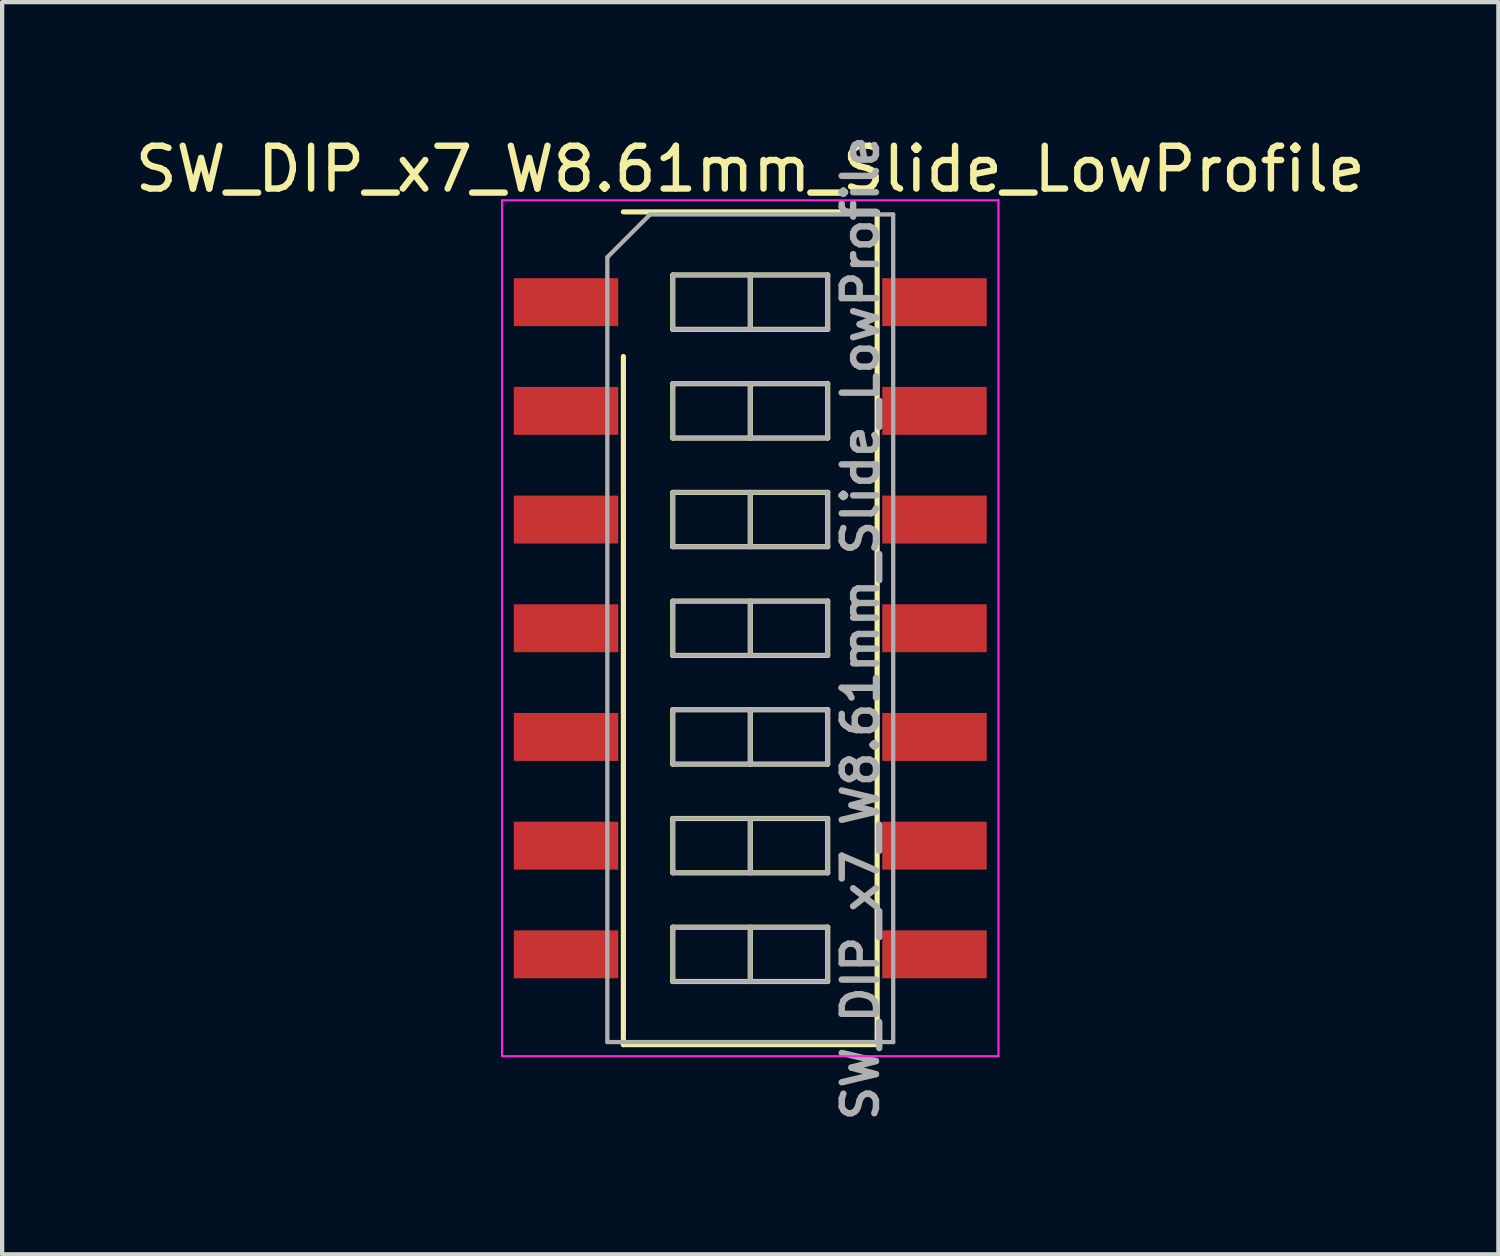
<source format=kicad_pcb>
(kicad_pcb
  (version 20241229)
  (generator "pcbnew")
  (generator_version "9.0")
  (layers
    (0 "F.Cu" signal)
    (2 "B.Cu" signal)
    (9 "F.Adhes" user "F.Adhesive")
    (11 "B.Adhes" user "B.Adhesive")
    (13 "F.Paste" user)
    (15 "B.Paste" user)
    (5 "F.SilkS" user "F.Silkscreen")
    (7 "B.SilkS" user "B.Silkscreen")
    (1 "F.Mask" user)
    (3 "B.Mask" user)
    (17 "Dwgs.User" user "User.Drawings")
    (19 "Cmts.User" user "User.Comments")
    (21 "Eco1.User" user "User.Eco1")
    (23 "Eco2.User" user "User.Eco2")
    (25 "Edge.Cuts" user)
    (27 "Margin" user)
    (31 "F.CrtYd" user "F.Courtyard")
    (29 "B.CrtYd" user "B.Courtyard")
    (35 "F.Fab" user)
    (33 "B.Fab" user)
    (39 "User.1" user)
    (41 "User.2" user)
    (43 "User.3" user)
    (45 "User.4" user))
  (footprint "SW_DIP_x7_W8.61mm_Slide_LowProfile"
    (layer "F.Cu")
    (at 14.482 11.631)
    (property "Reference" "SW_DIP_x7_W8.61mm_Slide_LowProfile" (at 0 -10.73 0) (layer "F.SilkS") (effects (font (size 1 1) (thickness 0.15))))
    (attr smd)
    (fp_line (start -2.965 -9.73) (end 2.965 -9.73) (stroke (width 0.12) (type solid)) (layer "F.SilkS"))
    (fp_line (start -2.965 9.73) (end -2.965 -6.35) (stroke (width 0.12) (type solid)) (layer "F.SilkS"))
    (fp_line (start -1.81 -8.255) (end -1.81 -6.985) (stroke (width 0.12) (type solid)) (layer "F.SilkS"))
    (fp_line (start -1.81 -6.985) (end 1.81 -6.985) (stroke (width 0.12) (type solid)) (layer "F.SilkS"))
    (fp_line (start -1.81 -5.715) (end -1.81 -4.445) (stroke (width 0.12) (type solid)) (layer "F.SilkS"))
    (fp_line (start -1.81 -4.445) (end 1.81 -4.445) (stroke (width 0.12) (type solid)) (layer "F.SilkS"))
    (fp_line (start -1.81 -3.175) (end -1.81 -1.905) (stroke (width 0.12) (type solid)) (layer "F.SilkS"))
    (fp_line (start -1.81 -1.905) (end 1.81 -1.905) (stroke (width 0.12) (type solid)) (layer "F.SilkS"))
    (fp_line (start -1.81 -0.635) (end -1.81 0.635) (stroke (width 0.12) (type solid)) (layer "F.SilkS"))
    (fp_line (start -1.81 0.635) (end 1.81 0.635) (stroke (width 0.12) (type solid)) (layer "F.SilkS"))
    (fp_line (start -1.81 1.905) (end -1.81 3.175) (stroke (width 0.12) (type solid)) (layer "F.SilkS"))
    (fp_line (start -1.81 3.175) (end 1.81 3.175) (stroke (width 0.12) (type solid)) (layer "F.SilkS"))
    (fp_line (start -1.81 4.445) (end -1.81 5.715) (stroke (width 0.12) (type solid)) (layer "F.SilkS"))
    (fp_line (start -1.81 5.715) (end 1.81 5.715) (stroke (width 0.12) (type solid)) (layer "F.SilkS"))
    (fp_line (start -1.81 6.985) (end -1.81 8.255) (stroke (width 0.12) (type solid)) (layer "F.SilkS"))
    (fp_line (start -1.81 8.255) (end 1.81 8.255) (stroke (width 0.12) (type solid)) (layer "F.SilkS"))
    (fp_line (start 0 -8.255) (end 0 -6.985) (stroke (width 0.12) (type solid)) (layer "F.SilkS"))
    (fp_line (start 0 -5.715) (end 0 -4.445) (stroke (width 0.12) (type solid)) (layer "F.SilkS"))
    (fp_line (start 0 -3.175) (end 0 -1.905) (stroke (width 0.12) (type solid)) (layer "F.SilkS"))
    (fp_line (start 0 -0.635) (end 0 0.635) (stroke (width 0.12) (type solid)) (layer "F.SilkS"))
    (fp_line (start 0 1.905) (end 0 3.175) (stroke (width 0.12) (type solid)) (layer "F.SilkS"))
    (fp_line (start 0 4.445) (end 0 5.715) (stroke (width 0.12) (type solid)) (layer "F.SilkS"))
    (fp_line (start 0 6.985) (end 0 8.255) (stroke (width 0.12) (type solid)) (layer "F.SilkS"))
    (fp_line (start 1.81 -8.255) (end -1.81 -8.255) (stroke (width 0.12) (type solid)) (layer "F.SilkS"))
    (fp_line (start 1.81 -6.985) (end 1.81 -8.255) (stroke (width 0.12) (type solid)) (layer "F.SilkS"))
    (fp_line (start 1.81 -5.715) (end -1.81 -5.715) (stroke (width 0.12) (type solid)) (layer "F.SilkS"))
    (fp_line (start 1.81 -4.445) (end 1.81 -5.715) (stroke (width 0.12) (type solid)) (layer "F.SilkS"))
    (fp_line (start 1.81 -3.175) (end -1.81 -3.175) (stroke (width 0.12) (type solid)) (layer "F.SilkS"))
    (fp_line (start 1.81 -1.905) (end 1.81 -3.175) (stroke (width 0.12) (type solid)) (layer "F.SilkS"))
    (fp_line (start 1.81 -0.635) (end -1.81 -0.635) (stroke (width 0.12) (type solid)) (layer "F.SilkS"))
    (fp_line (start 1.81 0.635) (end 1.81 -0.635) (stroke (width 0.12) (type solid)) (layer "F.SilkS"))
    (fp_line (start 1.81 1.905) (end -1.81 1.905) (stroke (width 0.12) (type solid)) (layer "F.SilkS"))
    (fp_line (start 1.81 3.175) (end 1.81 1.905) (stroke (width 0.12) (type solid)) (layer "F.SilkS"))
    (fp_line (start 1.81 4.445) (end -1.81 4.445) (stroke (width 0.12) (type solid)) (layer "F.SilkS"))
    (fp_line (start 1.81 5.715) (end 1.81 4.445) (stroke (width 0.12) (type solid)) (layer "F.SilkS"))
    (fp_line (start 1.81 6.985) (end -1.81 6.985) (stroke (width 0.12) (type solid)) (layer "F.SilkS"))
    (fp_line (start 1.81 8.255) (end 1.81 6.985) (stroke (width 0.12) (type solid)) (layer "F.SilkS"))
    (fp_line (start 2.965 -9.73) (end 2.965 9.73) (stroke (width 0.12) (type solid)) (layer "F.SilkS"))
    (fp_line (start 2.965 9.73) (end -2.965 9.73) (stroke (width 0.12) (type solid)) (layer "F.SilkS"))
    (fp_line (start -5.8 -10) (end -5.8 10) (stroke (width 0.05) (type solid)) (layer "F.CrtYd"))
    (fp_line (start -5.8 10) (end 5.8 10) (stroke (width 0.05) (type solid)) (layer "F.CrtYd"))
    (fp_line (start 5.8 -10) (end -5.8 -10) (stroke (width 0.05) (type solid)) (layer "F.CrtYd"))
    (fp_line (start 5.8 10) (end 5.8 -10) (stroke (width 0.05) (type solid)) (layer "F.CrtYd"))
    (fp_line (start -3.34 -8.67) (end -2.34 -9.67) (stroke (width 0.1) (type solid)) (layer "F.Fab"))
    (fp_line (start -3.34 9.67) (end -3.34 -8.67) (stroke (width 0.1) (type solid)) (layer "F.Fab"))
    (fp_line (start -2.34 -9.67) (end 3.34 -9.67) (stroke (width 0.1) (type solid)) (layer "F.Fab"))
    (fp_line (start -1.81 -8.255) (end -1.81 -6.985) (stroke (width 0.1) (type solid)) (layer "F.Fab"))
    (fp_line (start -1.81 -6.985) (end 1.81 -6.985) (stroke (width 0.1) (type solid)) (layer "F.Fab"))
    (fp_line (start -1.81 -5.715) (end -1.81 -4.445) (stroke (width 0.1) (type solid)) (layer "F.Fab"))
    (fp_line (start -1.81 -4.445) (end 1.81 -4.445) (stroke (width 0.1) (type solid)) (layer "F.Fab"))
    (fp_line (start -1.81 -3.175) (end -1.81 -1.905) (stroke (width 0.1) (type solid)) (layer "F.Fab"))
    (fp_line (start -1.81 -1.905) (end 1.81 -1.905) (stroke (width 0.1) (type solid)) (layer "F.Fab"))
    (fp_line (start -1.81 -0.635) (end -1.81 0.635) (stroke (width 0.1) (type solid)) (layer "F.Fab"))
    (fp_line (start -1.81 0.635) (end 1.81 0.635) (stroke (width 0.1) (type solid)) (layer "F.Fab"))
    (fp_line (start -1.81 1.905) (end -1.81 3.175) (stroke (width 0.1) (type solid)) (layer "F.Fab"))
    (fp_line (start -1.81 3.175) (end 1.81 3.175) (stroke (width 0.1) (type solid)) (layer "F.Fab"))
    (fp_line (start -1.81 4.445) (end -1.81 5.715) (stroke (width 0.1) (type solid)) (layer "F.Fab"))
    (fp_line (start -1.81 5.715) (end 1.81 5.715) (stroke (width 0.1) (type solid)) (layer "F.Fab"))
    (fp_line (start -1.81 6.985) (end -1.81 8.255) (stroke (width 0.1) (type solid)) (layer "F.Fab"))
    (fp_line (start -1.81 8.255) (end 1.81 8.255) (stroke (width 0.1) (type solid)) (layer "F.Fab"))
    (fp_line (start 0 -8.255) (end 0 -6.985) (stroke (width 0.1) (type solid)) (layer "F.Fab"))
    (fp_line (start 0 -5.715) (end 0 -4.445) (stroke (width 0.1) (type solid)) (layer "F.Fab"))
    (fp_line (start 0 -3.175) (end 0 -1.905) (stroke (width 0.1) (type solid)) (layer "F.Fab"))
    (fp_line (start 0 -0.635) (end 0 0.635) (stroke (width 0.1) (type solid)) (layer "F.Fab"))
    (fp_line (start 0 1.905) (end 0 3.175) (stroke (width 0.1) (type solid)) (layer "F.Fab"))
    (fp_line (start 0 4.445) (end 0 5.715) (stroke (width 0.1) (type solid)) (layer "F.Fab"))
    (fp_line (start 0 6.985) (end 0 8.255) (stroke (width 0.1) (type solid)) (layer "F.Fab"))
    (fp_line (start 1.81 -8.255) (end -1.81 -8.255) (stroke (width 0.1) (type solid)) (layer "F.Fab"))
    (fp_line (start 1.81 -6.985) (end 1.81 -8.255) (stroke (width 0.1) (type solid)) (layer "F.Fab"))
    (fp_line (start 1.81 -5.715) (end -1.81 -5.715) (stroke (width 0.1) (type solid)) (layer "F.Fab"))
    (fp_line (start 1.81 -4.445) (end 1.81 -5.715) (stroke (width 0.1) (type solid)) (layer "F.Fab"))
    (fp_line (start 1.81 -3.175) (end -1.81 -3.175) (stroke (width 0.1) (type solid)) (layer "F.Fab"))
    (fp_line (start 1.81 -1.905) (end 1.81 -3.175) (stroke (width 0.1) (type solid)) (layer "F.Fab"))
    (fp_line (start 1.81 -0.635) (end -1.81 -0.635) (stroke (width 0.1) (type solid)) (layer "F.Fab"))
    (fp_line (start 1.81 0.635) (end 1.81 -0.635) (stroke (width 0.1) (type solid)) (layer "F.Fab"))
    (fp_line (start 1.81 1.905) (end -1.81 1.905) (stroke (width 0.1) (type solid)) (layer "F.Fab"))
    (fp_line (start 1.81 3.175) (end 1.81 1.905) (stroke (width 0.1) (type solid)) (layer "F.Fab"))
    (fp_line (start 1.81 4.445) (end -1.81 4.445) (stroke (width 0.1) (type solid)) (layer "F.Fab"))
    (fp_line (start 1.81 5.715) (end 1.81 4.445) (stroke (width 0.1) (type solid)) (layer "F.Fab"))
    (fp_line (start 1.81 6.985) (end -1.81 6.985) (stroke (width 0.1) (type solid)) (layer "F.Fab"))
    (fp_line (start 1.81 8.255) (end 1.81 6.985) (stroke (width 0.1) (type solid)) (layer "F.Fab"))
    (fp_line (start 3.34 -9.67) (end 3.34 9.67) (stroke (width 0.1) (type solid)) (layer "F.Fab"))
    (fp_line (start 3.34 9.67) (end -3.34 9.67) (stroke (width 0.1) (type solid)) (layer "F.Fab"))
    (fp_text user "${REFERENCE}" (at 2.575 0 90) (layer "F.Fab") (effects (font (size 0.8 0.8) (thickness 0.15))))
    (pad "1" smd rect (at -4.305 -7.62) (size 2.44 1.12) (layers "F.Cu" "F.Mask" "F.Paste"))
    (pad "2" smd rect (at -4.305 -5.08) (size 2.44 1.12) (layers "F.Cu" "F.Mask" "F.Paste"))
    (pad "3" smd rect (at -4.305 -2.54) (size 2.44 1.12) (layers "F.Cu" "F.Mask" "F.Paste"))
    (pad "4" smd rect (at -4.305 0) (size 2.44 1.12) (layers "F.Cu" "F.Mask" "F.Paste"))
    (pad "5" smd rect (at -4.305 2.54) (size 2.44 1.12) (layers "F.Cu" "F.Mask" "F.Paste"))
    (pad "6" smd rect (at -4.305 5.08) (size 2.44 1.12) (layers "F.Cu" "F.Mask" "F.Paste"))
    (pad "7" smd rect (at -4.305 7.62) (size 2.44 1.12) (layers "F.Cu" "F.Mask" "F.Paste"))
    (pad "8" smd rect (at 4.305 7.62) (size 2.44 1.12) (layers "F.Cu" "F.Mask" "F.Paste"))
    (pad "9" smd rect (at 4.305 5.08) (size 2.44 1.12) (layers "F.Cu" "F.Mask" "F.Paste"))
    (pad "10" smd rect (at 4.305 2.54) (size 2.44 1.12) (layers "F.Cu" "F.Mask" "F.Paste"))
    (pad "11" smd rect (at 4.305 0) (size 2.44 1.12) (layers "F.Cu" "F.Mask" "F.Paste"))
    (pad "12" smd rect (at 4.305 -2.54) (size 2.44 1.12) (layers "F.Cu" "F.Mask" "F.Paste"))
    (pad "13" smd rect (at 4.305 -5.08) (size 2.44 1.12) (layers "F.Cu" "F.Mask" "F.Paste"))
    (pad "14" smd rect (at 4.305 -7.62) (size 2.44 1.12) (layers "F.Cu" "F.Mask" "F.Paste")))
  (gr_rect
    (start -3 -3)
    (end 31.964 26.261)
    (stroke (width 0.1) (type default))
    (fill no)
    (layer "Edge.Cuts")))
</source>
